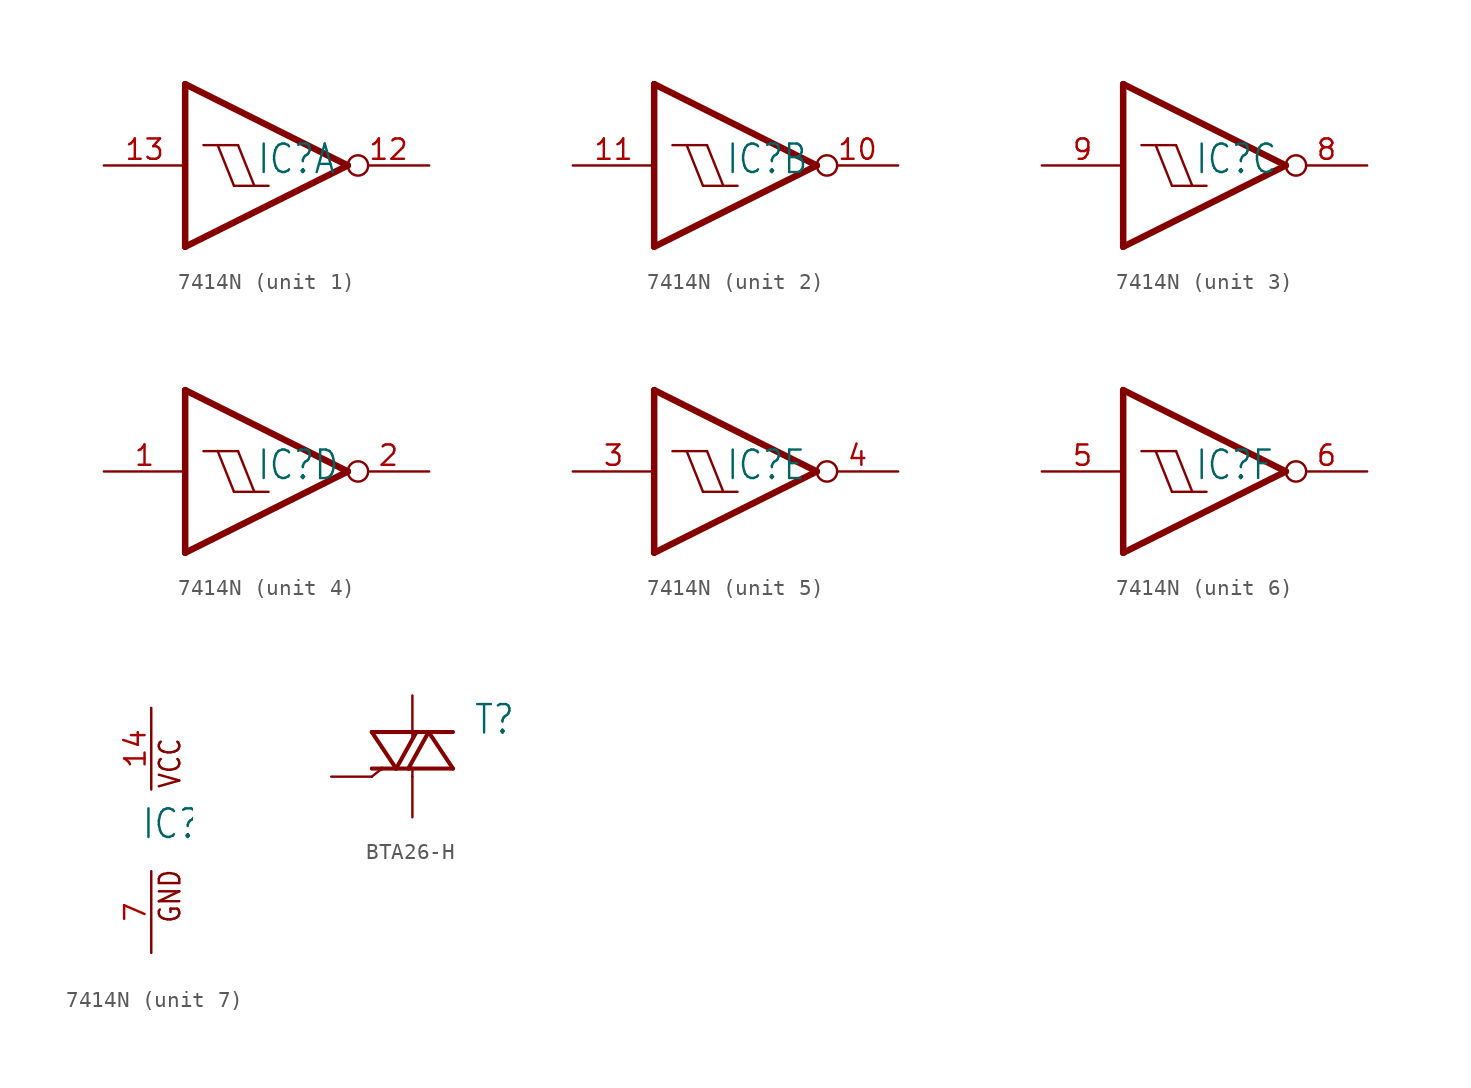
<source format=kicad_sym>
(kicad_symbol_lib
  (version 20220914)
  (generator kicad_symbol_editor)
  (symbol "7414N"
    (property "Reference" "IC"
      (at -0.635 -0.635 0)
      (effects (font (size 1.778 1.511)) (justify left bottom)))
    (property "ki_locked" ""
      (at 0 0 0)
      (effects (font (size 1.27 1.27))))
    (symbol "7414N_1_0"
      (polyline (pts (xy -5.08 -5.08) (xy -5.08 5.08)) (stroke (width 0.406) (type solid)) (fill (type none)))
      (polyline (pts (xy -5.08 5.08) (xy 5.08 0)) (stroke (width 0.406) (type solid)) (fill (type none)))
      (polyline (pts (xy -3.937 1.27) (xy -3.048 1.27)) (stroke (width 0.152) (type solid)) (fill (type none)))
      (polyline (pts (xy -3.048 1.27) (xy -1.778 1.27)) (stroke (width 0.152) (type solid)) (fill (type none)))
      (polyline (pts (xy -2.032 -1.27) (xy -3.048 1.27)) (stroke (width 0.152) (type solid)) (fill (type none)))
      (polyline (pts (xy -2.032 -1.27) (xy -0.762 -1.27)) (stroke (width 0.152) (type solid)) (fill (type none)))
      (polyline (pts (xy -0.762 -1.27) (xy -1.778 1.27)) (stroke (width 0.152) (type solid)) (fill (type none)))
      (polyline (pts (xy -0.762 -1.27) (xy 0.127 -1.27)) (stroke (width 0.152) (type solid)) (fill (type none)))
      (polyline (pts (xy 5.08 0) (xy -5.08 -5.08)) (stroke (width 0.406) (type solid)) (fill (type none)))
      (pin output inverted (at 10.16 0 180) (length 5.08) (name "O" (effects (font (size 0 0)))) (number "12" (effects (font (size 1.27 1.27)))))
      (pin input line (at -10.16 0 0) (length 5.08) (name "I" (effects (font (size 0 0)))) (number "13" (effects (font (size 1.27 1.27))))))
    (symbol "7414N_2_0"
      (polyline (pts (xy -5.08 -5.08) (xy -5.08 5.08)) (stroke (width 0.406) (type solid)) (fill (type none)))
      (polyline (pts (xy -5.08 5.08) (xy 5.08 0)) (stroke (width 0.406) (type solid)) (fill (type none)))
      (polyline (pts (xy -3.937 1.27) (xy -3.048 1.27)) (stroke (width 0.152) (type solid)) (fill (type none)))
      (polyline (pts (xy -3.048 1.27) (xy -1.778 1.27)) (stroke (width 0.152) (type solid)) (fill (type none)))
      (polyline (pts (xy -2.032 -1.27) (xy -3.048 1.27)) (stroke (width 0.152) (type solid)) (fill (type none)))
      (polyline (pts (xy -2.032 -1.27) (xy -0.762 -1.27)) (stroke (width 0.152) (type solid)) (fill (type none)))
      (polyline (pts (xy -0.762 -1.27) (xy -1.778 1.27)) (stroke (width 0.152) (type solid)) (fill (type none)))
      (polyline (pts (xy -0.762 -1.27) (xy 0.127 -1.27)) (stroke (width 0.152) (type solid)) (fill (type none)))
      (polyline (pts (xy 5.08 0) (xy -5.08 -5.08)) (stroke (width 0.406) (type solid)) (fill (type none)))
      (pin output inverted (at 10.16 0 180) (length 5.08) (name "O" (effects (font (size 0 0)))) (number "10" (effects (font (size 1.27 1.27)))))
      (pin input line (at -10.16 0 0) (length 5.08) (name "I" (effects (font (size 0 0)))) (number "11" (effects (font (size 1.27 1.27))))))
    (symbol "7414N_3_0"
      (polyline (pts (xy -5.08 -5.08) (xy -5.08 5.08)) (stroke (width 0.406) (type solid)) (fill (type none)))
      (polyline (pts (xy -5.08 5.08) (xy 5.08 0)) (stroke (width 0.406) (type solid)) (fill (type none)))
      (polyline (pts (xy -3.937 1.27) (xy -3.048 1.27)) (stroke (width 0.152) (type solid)) (fill (type none)))
      (polyline (pts (xy -3.048 1.27) (xy -1.778 1.27)) (stroke (width 0.152) (type solid)) (fill (type none)))
      (polyline (pts (xy -2.032 -1.27) (xy -3.048 1.27)) (stroke (width 0.152) (type solid)) (fill (type none)))
      (polyline (pts (xy -2.032 -1.27) (xy -0.762 -1.27)) (stroke (width 0.152) (type solid)) (fill (type none)))
      (polyline (pts (xy -0.762 -1.27) (xy -1.778 1.27)) (stroke (width 0.152) (type solid)) (fill (type none)))
      (polyline (pts (xy -0.762 -1.27) (xy 0.127 -1.27)) (stroke (width 0.152) (type solid)) (fill (type none)))
      (polyline (pts (xy 5.08 0) (xy -5.08 -5.08)) (stroke (width 0.406) (type solid)) (fill (type none)))
      (pin output inverted (at 10.16 0 180) (length 5.08) (name "O" (effects (font (size 0 0)))) (number "8" (effects (font (size 1.27 1.27)))))
      (pin input line (at -10.16 0 0) (length 5.08) (name "I" (effects (font (size 0 0)))) (number "9" (effects (font (size 1.27 1.27))))))
    (symbol "7414N_4_0"
      (polyline (pts (xy -5.08 -5.08) (xy -5.08 5.08)) (stroke (width 0.406) (type solid)) (fill (type none)))
      (polyline (pts (xy -5.08 5.08) (xy 5.08 0)) (stroke (width 0.406) (type solid)) (fill (type none)))
      (polyline (pts (xy -3.937 1.27) (xy -3.048 1.27)) (stroke (width 0.152) (type solid)) (fill (type none)))
      (polyline (pts (xy -3.048 1.27) (xy -1.778 1.27)) (stroke (width 0.152) (type solid)) (fill (type none)))
      (polyline (pts (xy -2.032 -1.27) (xy -3.048 1.27)) (stroke (width 0.152) (type solid)) (fill (type none)))
      (polyline (pts (xy -2.032 -1.27) (xy -0.762 -1.27)) (stroke (width 0.152) (type solid)) (fill (type none)))
      (polyline (pts (xy -0.762 -1.27) (xy -1.778 1.27)) (stroke (width 0.152) (type solid)) (fill (type none)))
      (polyline (pts (xy -0.762 -1.27) (xy 0.127 -1.27)) (stroke (width 0.152) (type solid)) (fill (type none)))
      (polyline (pts (xy 5.08 0) (xy -5.08 -5.08)) (stroke (width 0.406) (type solid)) (fill (type none)))
      (pin input line (at -10.16 0 0) (length 5.08) (name "I" (effects (font (size 0 0)))) (number "1" (effects (font (size 1.27 1.27)))))
      (pin output inverted (at 10.16 0 180) (length 5.08) (name "O" (effects (font (size 0 0)))) (number "2" (effects (font (size 1.27 1.27))))))
    (symbol "7414N_5_0"
      (polyline (pts (xy -5.08 -5.08) (xy -5.08 5.08)) (stroke (width 0.406) (type solid)) (fill (type none)))
      (polyline (pts (xy -5.08 5.08) (xy 5.08 0)) (stroke (width 0.406) (type solid)) (fill (type none)))
      (polyline (pts (xy -3.937 1.27) (xy -3.048 1.27)) (stroke (width 0.152) (type solid)) (fill (type none)))
      (polyline (pts (xy -3.048 1.27) (xy -1.778 1.27)) (stroke (width 0.152) (type solid)) (fill (type none)))
      (polyline (pts (xy -2.032 -1.27) (xy -3.048 1.27)) (stroke (width 0.152) (type solid)) (fill (type none)))
      (polyline (pts (xy -2.032 -1.27) (xy -0.762 -1.27)) (stroke (width 0.152) (type solid)) (fill (type none)))
      (polyline (pts (xy -0.762 -1.27) (xy -1.778 1.27)) (stroke (width 0.152) (type solid)) (fill (type none)))
      (polyline (pts (xy -0.762 -1.27) (xy 0.127 -1.27)) (stroke (width 0.152) (type solid)) (fill (type none)))
      (polyline (pts (xy 5.08 0) (xy -5.08 -5.08)) (stroke (width 0.406) (type solid)) (fill (type none)))
      (pin input line (at -10.16 0 0) (length 5.08) (name "I" (effects (font (size 0 0)))) (number "3" (effects (font (size 1.27 1.27)))))
      (pin output inverted (at 10.16 0 180) (length 5.08) (name "O" (effects (font (size 0 0)))) (number "4" (effects (font (size 1.27 1.27))))))
    (symbol "7414N_6_0"
      (polyline (pts (xy -5.08 -5.08) (xy -5.08 5.08)) (stroke (width 0.406) (type solid)) (fill (type none)))
      (polyline (pts (xy -5.08 5.08) (xy 5.08 0)) (stroke (width 0.406) (type solid)) (fill (type none)))
      (polyline (pts (xy -3.937 1.27) (xy -3.048 1.27)) (stroke (width 0.152) (type solid)) (fill (type none)))
      (polyline (pts (xy -3.048 1.27) (xy -1.778 1.27)) (stroke (width 0.152) (type solid)) (fill (type none)))
      (polyline (pts (xy -2.032 -1.27) (xy -3.048 1.27)) (stroke (width 0.152) (type solid)) (fill (type none)))
      (polyline (pts (xy -2.032 -1.27) (xy -0.762 -1.27)) (stroke (width 0.152) (type solid)) (fill (type none)))
      (polyline (pts (xy -0.762 -1.27) (xy -1.778 1.27)) (stroke (width 0.152) (type solid)) (fill (type none)))
      (polyline (pts (xy -0.762 -1.27) (xy 0.127 -1.27)) (stroke (width 0.152) (type solid)) (fill (type none)))
      (polyline (pts (xy 5.08 0) (xy -5.08 -5.08)) (stroke (width 0.406) (type solid)) (fill (type none)))
      (pin input line (at -10.16 0 0) (length 5.08) (name "I" (effects (font (size 0 0)))) (number "5" (effects (font (size 1.27 1.27)))))
      (pin output inverted (at 10.16 0 180) (length 5.08) (name "O" (effects (font (size 0 0)))) (number "6" (effects (font (size 1.27 1.27))))))
    (symbol "7414N_7_0"
      (text "GND" (at 1.905 -5.842 900) (effects (font (size 1.27 1.079)) (justify left bottom)))
      (text "VCC" (at 1.905 2.54 900) (effects (font (size 1.27 1.079)) (justify left bottom)))
      (pin power_in line (at 0 7.62 270) (length 5.08) (name "VCC" (effects (font (size 0 0)))) (number "14" (effects (font (size 1.27 1.27)))))
      (pin power_in line (at 0 -7.62 90) (length 5.08) (name "GND" (effects (font (size 0 0)))) (number "7" (effects (font (size 1.27 1.27)))))))
  (symbol "BTA26-H"
    (property "Reference" "T"
      (at 3.81 2.54 0)
      (effects (font (size 1.778 1.511)) (justify left bottom)))
    (property "Value" ""
      (at 3.81 0 0)
      (effects (font (size 1.778 1.511)) (justify left bottom)))
    (property "ki_locked" ""
      (at 0 0 0)
      (effects (font (size 1.27 1.27))))
    (symbol "BTA26-H_1_0"
      (polyline (pts (xy -2.54 2.794) (xy -1.016 0.508)) (stroke (width 0.254) (type solid)) (fill (type none)))
      (polyline (pts (xy -1.905 0.508) (xy -2.54 0)) (stroke (width 0.152) (type solid)) (fill (type none)))
      (polyline (pts (xy -1.905 0.508) (xy -2.54 0.508)) (stroke (width 0.254) (type solid)) (fill (type none)))
      (polyline (pts (xy -1.016 0.508) (xy -1.905 0.508)) (stroke (width 0.254) (type solid)) (fill (type none)))
      (polyline (pts (xy -1.016 0.508) (xy -0.254 0.508)) (stroke (width 0.254) (type solid)) (fill (type none)))
      (polyline (pts (xy -1.016 0.508) (xy 0.254 2.794)) (stroke (width 0.254) (type solid)) (fill (type none)))
      (polyline (pts (xy -0.254 0.508) (xy 1.016 2.794)) (stroke (width 0.254) (type solid)) (fill (type none)))
      (polyline (pts (xy 0 0) (xy 0 0.508)) (stroke (width 0.152) (type solid)) (fill (type none)))
      (polyline (pts (xy 0 0.508) (xy -0.254 0.508)) (stroke (width 0.254) (type solid)) (fill (type none)))
      (polyline (pts (xy 0.254 2.794) (xy -2.54 2.794)) (stroke (width 0.254) (type solid)) (fill (type none)))
      (polyline (pts (xy 1.016 2.794) (xy 0.254 2.794)) (stroke (width 0.254) (type solid)) (fill (type none)))
      (polyline (pts (xy 1.016 2.794) (xy 2.54 0.508)) (stroke (width 0.254) (type solid)) (fill (type none)))
      (polyline (pts (xy 1.016 2.794) (xy 2.54 2.794)) (stroke (width 0.254) (type solid)) (fill (type none)))
      (polyline (pts (xy 2.54 0.508) (xy 0 0.508)) (stroke (width 0.254) (type solid)) (fill (type none)))
      (pin passive line (at 0 -2.54 90) (length 2.54) (name "A1" (effects (font (size 0 0)))) (number "A1" (effects (font (size 0 0)))))
      (pin passive line (at 0 5.08 270) (length 2.54) (name "A2" (effects (font (size 0 0)))) (number "A2" (effects (font (size 0 0)))))
      (pin passive line (at -5.08 0 0) (length 2.54) (name "G" (effects (font (size 0 0)))) (number "G" (effects (font (size 0 0))))))))
</source>
